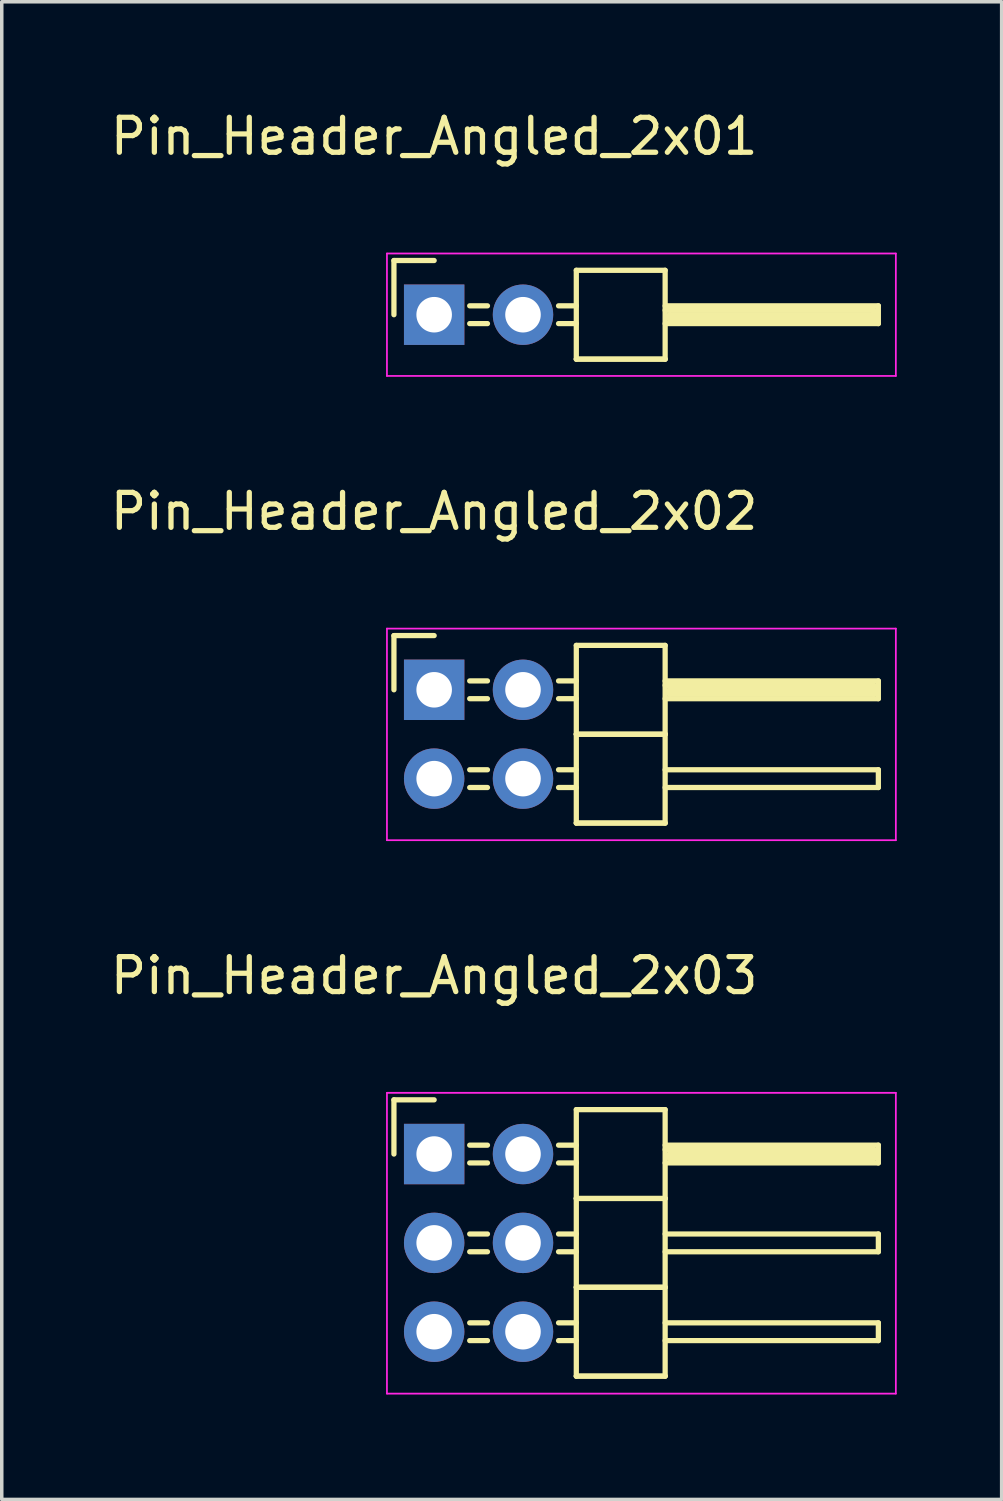
<source format=kicad_pcb>
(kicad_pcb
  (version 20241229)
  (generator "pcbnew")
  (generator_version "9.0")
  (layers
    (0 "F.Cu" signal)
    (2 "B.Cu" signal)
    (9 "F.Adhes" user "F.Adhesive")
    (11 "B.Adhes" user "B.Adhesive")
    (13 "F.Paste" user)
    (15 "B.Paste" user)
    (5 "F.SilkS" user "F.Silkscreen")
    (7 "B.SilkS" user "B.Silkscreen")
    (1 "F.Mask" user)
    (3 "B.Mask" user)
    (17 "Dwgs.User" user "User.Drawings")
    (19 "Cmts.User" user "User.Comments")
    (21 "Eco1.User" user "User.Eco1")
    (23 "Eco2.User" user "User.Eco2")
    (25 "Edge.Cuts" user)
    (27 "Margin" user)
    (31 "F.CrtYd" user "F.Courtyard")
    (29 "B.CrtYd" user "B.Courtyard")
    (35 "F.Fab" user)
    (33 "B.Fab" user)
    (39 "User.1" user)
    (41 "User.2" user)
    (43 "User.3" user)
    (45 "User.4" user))
  (footprint "Pin_Header_Angled_2x03"
    (layer "F.Cu")
    (at 9.363 29.945)
    (property "Reference" "Pin_Header_Angled_2x03" (at 0 -5.1 0) (layer "F.SilkS") (effects (font (size 1 1) (thickness 0.15))))
    (attr through_hole)
    (fp_line (start -1.15 -1.55) (end -1.15 0) (stroke (width 0.15) (type solid)) (layer "F.SilkS"))
    (fp_line (start 0 -1.55) (end -1.15 -1.55) (stroke (width 0.15) (type solid)) (layer "F.SilkS"))
    (fp_line (start 1.524 -0.254) (end 1.016 -0.254) (stroke (width 0.15) (type solid)) (layer "F.SilkS"))
    (fp_line (start 1.524 0.254) (end 1.016 0.254) (stroke (width 0.15) (type solid)) (layer "F.SilkS"))
    (fp_line (start 1.524 2.286) (end 1.016 2.286) (stroke (width 0.15) (type solid)) (layer "F.SilkS"))
    (fp_line (start 1.524 2.794) (end 1.016 2.794) (stroke (width 0.15) (type solid)) (layer "F.SilkS"))
    (fp_line (start 1.524 4.826) (end 1.016 4.826) (stroke (width 0.15) (type solid)) (layer "F.SilkS"))
    (fp_line (start 1.524 5.334) (end 1.016 5.334) (stroke (width 0.15) (type solid)) (layer "F.SilkS"))
    (fp_line (start 4.064 -1.27) (end 4.064 1.27) (stroke (width 0.15) (type solid)) (layer "F.SilkS"))
    (fp_line (start 4.064 -1.27) (end 6.604 -1.27) (stroke (width 0.15) (type solid)) (layer "F.SilkS"))
    (fp_line (start 4.064 -0.254) (end 3.556 -0.254) (stroke (width 0.15) (type solid)) (layer "F.SilkS"))
    (fp_line (start 4.064 0.254) (end 3.556 0.254) (stroke (width 0.15) (type solid)) (layer "F.SilkS"))
    (fp_line (start 4.064 1.27) (end 4.064 3.81) (stroke (width 0.15) (type solid)) (layer "F.SilkS"))
    (fp_line (start 4.064 1.27) (end 6.604 1.27) (stroke (width 0.15) (type solid)) (layer "F.SilkS"))
    (fp_line (start 4.064 1.27) (end 6.604 1.27) (stroke (width 0.15) (type solid)) (layer "F.SilkS"))
    (fp_line (start 4.064 2.286) (end 3.556 2.286) (stroke (width 0.15) (type solid)) (layer "F.SilkS"))
    (fp_line (start 4.064 2.794) (end 3.556 2.794) (stroke (width 0.15) (type solid)) (layer "F.SilkS"))
    (fp_line (start 4.064 3.81) (end 4.064 6.35) (stroke (width 0.15) (type solid)) (layer "F.SilkS"))
    (fp_line (start 4.064 3.81) (end 6.604 3.81) (stroke (width 0.15) (type solid)) (layer "F.SilkS"))
    (fp_line (start 4.064 3.81) (end 6.604 3.81) (stroke (width 0.15) (type solid)) (layer "F.SilkS"))
    (fp_line (start 4.064 4.826) (end 3.556 4.826) (stroke (width 0.15) (type solid)) (layer "F.SilkS"))
    (fp_line (start 4.064 5.334) (end 3.556 5.334) (stroke (width 0.15) (type solid)) (layer "F.SilkS"))
    (fp_line (start 4.064 6.35) (end 6.604 6.35) (stroke (width 0.15) (type solid)) (layer "F.SilkS"))
    (fp_line (start 4.064 6.35) (end 6.604 6.35) (stroke (width 0.15) (type solid)) (layer "F.SilkS"))
    (fp_line (start 6.604 -0.254) (end 12.7 -0.254) (stroke (width 0.15) (type solid)) (layer "F.SilkS"))
    (fp_line (start 6.604 -0.127) (end 12.573 -0.127) (stroke (width 0.15) (type solid)) (layer "F.SilkS"))
    (fp_line (start 6.604 1.27) (end 6.604 -1.27) (stroke (width 0.15) (type solid)) (layer "F.SilkS"))
    (fp_line (start 6.604 2.286) (end 12.7 2.286) (stroke (width 0.15) (type solid)) (layer "F.SilkS"))
    (fp_line (start 6.604 3.81) (end 6.604 1.27) (stroke (width 0.15) (type solid)) (layer "F.SilkS"))
    (fp_line (start 6.604 4.826) (end 12.7 4.826) (stroke (width 0.15) (type solid)) (layer "F.SilkS"))
    (fp_line (start 6.604 6.35) (end 6.604 3.81) (stroke (width 0.15) (type solid)) (layer "F.SilkS"))
    (fp_line (start 6.731 0) (end 12.573 0) (stroke (width 0.15) (type solid)) (layer "F.SilkS"))
    (fp_line (start 6.731 0.127) (end 6.731 0) (stroke (width 0.15) (type solid)) (layer "F.SilkS"))
    (fp_line (start 12.573 -0.127) (end 12.573 0.127) (stroke (width 0.15) (type solid)) (layer "F.SilkS"))
    (fp_line (start 12.573 0.127) (end 6.731 0.127) (stroke (width 0.15) (type solid)) (layer "F.SilkS"))
    (fp_line (start 12.7 -0.254) (end 12.7 0.254) (stroke (width 0.15) (type solid)) (layer "F.SilkS"))
    (fp_line (start 12.7 0.254) (end 6.604 0.254) (stroke (width 0.15) (type solid)) (layer "F.SilkS"))
    (fp_line (start 12.7 2.286) (end 12.7 2.794) (stroke (width 0.15) (type solid)) (layer "F.SilkS"))
    (fp_line (start 12.7 2.794) (end 6.604 2.794) (stroke (width 0.15) (type solid)) (layer "F.SilkS"))
    (fp_line (start 12.7 4.826) (end 12.7 5.334) (stroke (width 0.15) (type solid)) (layer "F.SilkS"))
    (fp_line (start 12.7 5.334) (end 6.604 5.334) (stroke (width 0.15) (type solid)) (layer "F.SilkS"))
    (fp_line (start -1.35 -1.75) (end -1.35 6.85) (stroke (width 0.05) (type solid)) (layer "F.CrtYd"))
    (fp_line (start -1.35 -1.75) (end 13.2 -1.75) (stroke (width 0.05) (type solid)) (layer "F.CrtYd"))
    (fp_line (start -1.35 6.85) (end 13.2 6.85) (stroke (width 0.05) (type solid)) (layer "F.CrtYd"))
    (fp_line (start 13.2 -1.75) (end 13.2 6.85) (stroke (width 0.05) (type solid)) (layer "F.CrtYd"))
    (pad "1" thru_hole rect (at 0 0) (size 1.727 1.727) (drill 1.016) (layers "*.Cu" "*.Mask"))
    (pad "2" thru_hole oval (at 2.54 0) (size 1.727 1.727) (drill 1.016) (layers "*.Cu" "*.Mask"))
    (pad "3" thru_hole oval (at 0 2.54) (size 1.727 1.727) (drill 1.016) (layers "*.Cu" "*.Mask"))
    (pad "4" thru_hole oval (at 2.54 2.54) (size 1.727 1.727) (drill 1.016) (layers "*.Cu" "*.Mask"))
    (pad "5" thru_hole oval (at 0 5.08) (size 1.727 1.727) (drill 1.016) (layers "*.Cu" "*.Mask"))
    (pad "6" thru_hole oval (at 2.54 5.08) (size 1.727 1.727) (drill 1.016) (layers "*.Cu" "*.Mask")))
  (footprint "Pin_Header_Angled_2x02"
    (layer "F.Cu")
    (at 9.363 16.672)
    (property "Reference" "Pin_Header_Angled_2x02" (at 0 -5.1 0) (layer "F.SilkS") (effects (font (size 1 1) (thickness 0.15))))
    (attr through_hole)
    (fp_line (start -1.15 -1.55) (end -1.15 0) (stroke (width 0.15) (type solid)) (layer "F.SilkS"))
    (fp_line (start 0 -1.55) (end -1.15 -1.55) (stroke (width 0.15) (type solid)) (layer "F.SilkS"))
    (fp_line (start 1.524 -0.254) (end 1.016 -0.254) (stroke (width 0.15) (type solid)) (layer "F.SilkS"))
    (fp_line (start 1.524 0.254) (end 1.016 0.254) (stroke (width 0.15) (type solid)) (layer "F.SilkS"))
    (fp_line (start 1.524 2.286) (end 1.016 2.286) (stroke (width 0.15) (type solid)) (layer "F.SilkS"))
    (fp_line (start 1.524 2.794) (end 1.016 2.794) (stroke (width 0.15) (type solid)) (layer "F.SilkS"))
    (fp_line (start 4.064 -1.27) (end 4.064 1.27) (stroke (width 0.15) (type solid)) (layer "F.SilkS"))
    (fp_line (start 4.064 -1.27) (end 6.604 -1.27) (stroke (width 0.15) (type solid)) (layer "F.SilkS"))
    (fp_line (start 4.064 -0.254) (end 3.556 -0.254) (stroke (width 0.15) (type solid)) (layer "F.SilkS"))
    (fp_line (start 4.064 0.254) (end 3.556 0.254) (stroke (width 0.15) (type solid)) (layer "F.SilkS"))
    (fp_line (start 4.064 1.27) (end 4.064 3.81) (stroke (width 0.15) (type solid)) (layer "F.SilkS"))
    (fp_line (start 4.064 1.27) (end 6.604 1.27) (stroke (width 0.15) (type solid)) (layer "F.SilkS"))
    (fp_line (start 4.064 1.27) (end 6.604 1.27) (stroke (width 0.15) (type solid)) (layer "F.SilkS"))
    (fp_line (start 4.064 2.286) (end 3.556 2.286) (stroke (width 0.15) (type solid)) (layer "F.SilkS"))
    (fp_line (start 4.064 2.794) (end 3.556 2.794) (stroke (width 0.15) (type solid)) (layer "F.SilkS"))
    (fp_line (start 4.064 3.81) (end 6.604 3.81) (stroke (width 0.15) (type solid)) (layer "F.SilkS"))
    (fp_line (start 4.064 3.81) (end 6.604 3.81) (stroke (width 0.15) (type solid)) (layer "F.SilkS"))
    (fp_line (start 6.604 -0.254) (end 12.7 -0.254) (stroke (width 0.15) (type solid)) (layer "F.SilkS"))
    (fp_line (start 6.604 -0.127) (end 12.573 -0.127) (stroke (width 0.15) (type solid)) (layer "F.SilkS"))
    (fp_line (start 6.604 1.27) (end 6.604 -1.27) (stroke (width 0.15) (type solid)) (layer "F.SilkS"))
    (fp_line (start 6.604 2.286) (end 12.7 2.286) (stroke (width 0.15) (type solid)) (layer "F.SilkS"))
    (fp_line (start 6.604 3.81) (end 6.604 1.27) (stroke (width 0.15) (type solid)) (layer "F.SilkS"))
    (fp_line (start 6.731 0) (end 12.573 0) (stroke (width 0.15) (type solid)) (layer "F.SilkS"))
    (fp_line (start 6.731 0.127) (end 6.731 0) (stroke (width 0.15) (type solid)) (layer "F.SilkS"))
    (fp_line (start 12.573 -0.127) (end 12.573 0.127) (stroke (width 0.15) (type solid)) (layer "F.SilkS"))
    (fp_line (start 12.573 0.127) (end 6.731 0.127) (stroke (width 0.15) (type solid)) (layer "F.SilkS"))
    (fp_line (start 12.7 -0.254) (end 12.7 0.254) (stroke (width 0.15) (type solid)) (layer "F.SilkS"))
    (fp_line (start 12.7 0.254) (end 6.604 0.254) (stroke (width 0.15) (type solid)) (layer "F.SilkS"))
    (fp_line (start 12.7 2.286) (end 12.7 2.794) (stroke (width 0.15) (type solid)) (layer "F.SilkS"))
    (fp_line (start 12.7 2.794) (end 6.604 2.794) (stroke (width 0.15) (type solid)) (layer "F.SilkS"))
    (fp_line (start -1.35 -1.75) (end -1.35 4.3) (stroke (width 0.05) (type solid)) (layer "F.CrtYd"))
    (fp_line (start -1.35 -1.75) (end 13.2 -1.75) (stroke (width 0.05) (type solid)) (layer "F.CrtYd"))
    (fp_line (start -1.35 4.3) (end 13.2 4.3) (stroke (width 0.05) (type solid)) (layer "F.CrtYd"))
    (fp_line (start 13.2 -1.75) (end 13.2 4.3) (stroke (width 0.05) (type solid)) (layer "F.CrtYd"))
    (pad "1" thru_hole rect (at 0 0) (size 1.727 1.727) (drill 1.016) (layers "*.Cu" "*.Mask"))
    (pad "2" thru_hole oval (at 2.54 0) (size 1.727 1.727) (drill 1.016) (layers "*.Cu" "*.Mask"))
    (pad "3" thru_hole oval (at 0 2.54) (size 1.727 1.727) (drill 1.016) (layers "*.Cu" "*.Mask"))
    (pad "4" thru_hole oval (at 2.54 2.54) (size 1.727 1.727) (drill 1.016) (layers "*.Cu" "*.Mask")))
  (footprint "Pin_Header_Angled_2x01"
    (layer "F.Cu")
    (at 9.363 5.948)
    (property "Reference" "Pin_Header_Angled_2x01" (at 0 -5.1 0) (layer "F.SilkS") (effects (font (size 1 1) (thickness 0.15))))
    (attr through_hole)
    (fp_line (start -1.15 -1.55) (end -1.15 0) (stroke (width 0.15) (type solid)) (layer "F.SilkS"))
    (fp_line (start 0 -1.55) (end -1.15 -1.55) (stroke (width 0.15) (type solid)) (layer "F.SilkS"))
    (fp_line (start 1.524 -0.254) (end 1.016 -0.254) (stroke (width 0.15) (type solid)) (layer "F.SilkS"))
    (fp_line (start 1.524 0.254) (end 1.016 0.254) (stroke (width 0.15) (type solid)) (layer "F.SilkS"))
    (fp_line (start 4.064 -1.27) (end 4.064 1.27) (stroke (width 0.15) (type solid)) (layer "F.SilkS"))
    (fp_line (start 4.064 -1.27) (end 6.604 -1.27) (stroke (width 0.15) (type solid)) (layer "F.SilkS"))
    (fp_line (start 4.064 -0.254) (end 3.556 -0.254) (stroke (width 0.15) (type solid)) (layer "F.SilkS"))
    (fp_line (start 4.064 0.254) (end 3.556 0.254) (stroke (width 0.15) (type solid)) (layer "F.SilkS"))
    (fp_line (start 4.064 1.27) (end 6.604 1.27) (stroke (width 0.15) (type solid)) (layer "F.SilkS"))
    (fp_line (start 4.064 1.27) (end 6.604 1.27) (stroke (width 0.15) (type solid)) (layer "F.SilkS"))
    (fp_line (start 6.604 -0.254) (end 12.7 -0.254) (stroke (width 0.15) (type solid)) (layer "F.SilkS"))
    (fp_line (start 6.604 -0.127) (end 12.573 -0.127) (stroke (width 0.15) (type solid)) (layer "F.SilkS"))
    (fp_line (start 6.604 1.27) (end 6.604 -1.27) (stroke (width 0.15) (type solid)) (layer "F.SilkS"))
    (fp_line (start 6.731 0) (end 12.573 0) (stroke (width 0.15) (type solid)) (layer "F.SilkS"))
    (fp_line (start 6.731 0.127) (end 6.731 0) (stroke (width 0.15) (type solid)) (layer "F.SilkS"))
    (fp_line (start 12.573 -0.127) (end 12.573 0.127) (stroke (width 0.15) (type solid)) (layer "F.SilkS"))
    (fp_line (start 12.573 0.127) (end 6.731 0.127) (stroke (width 0.15) (type solid)) (layer "F.SilkS"))
    (fp_line (start 12.7 -0.254) (end 12.7 0.254) (stroke (width 0.15) (type solid)) (layer "F.SilkS"))
    (fp_line (start 12.7 0.254) (end 6.604 0.254) (stroke (width 0.15) (type solid)) (layer "F.SilkS"))
    (fp_line (start -1.35 -1.75) (end -1.35 1.75) (stroke (width 0.05) (type solid)) (layer "F.CrtYd"))
    (fp_line (start -1.35 -1.75) (end 13.2 -1.75) (stroke (width 0.05) (type solid)) (layer "F.CrtYd"))
    (fp_line (start -1.35 1.75) (end 13.2 1.75) (stroke (width 0.05) (type solid)) (layer "F.CrtYd"))
    (fp_line (start 13.2 -1.75) (end 13.2 1.75) (stroke (width 0.05) (type solid)) (layer "F.CrtYd"))
    (pad "1" thru_hole rect (at 0 0) (size 1.727 1.727) (drill 1.016) (layers "*.Cu" "*.Mask"))
    (pad "2" thru_hole oval (at 2.54 0) (size 1.727 1.727) (drill 1.016) (layers "*.Cu" "*.Mask")))
  (gr_rect
    (start -3 -3)
    (end 25.588 39.82)
    (stroke (width 0.1) (type default))
    (fill no)
    (layer "Edge.Cuts")))
</source>
